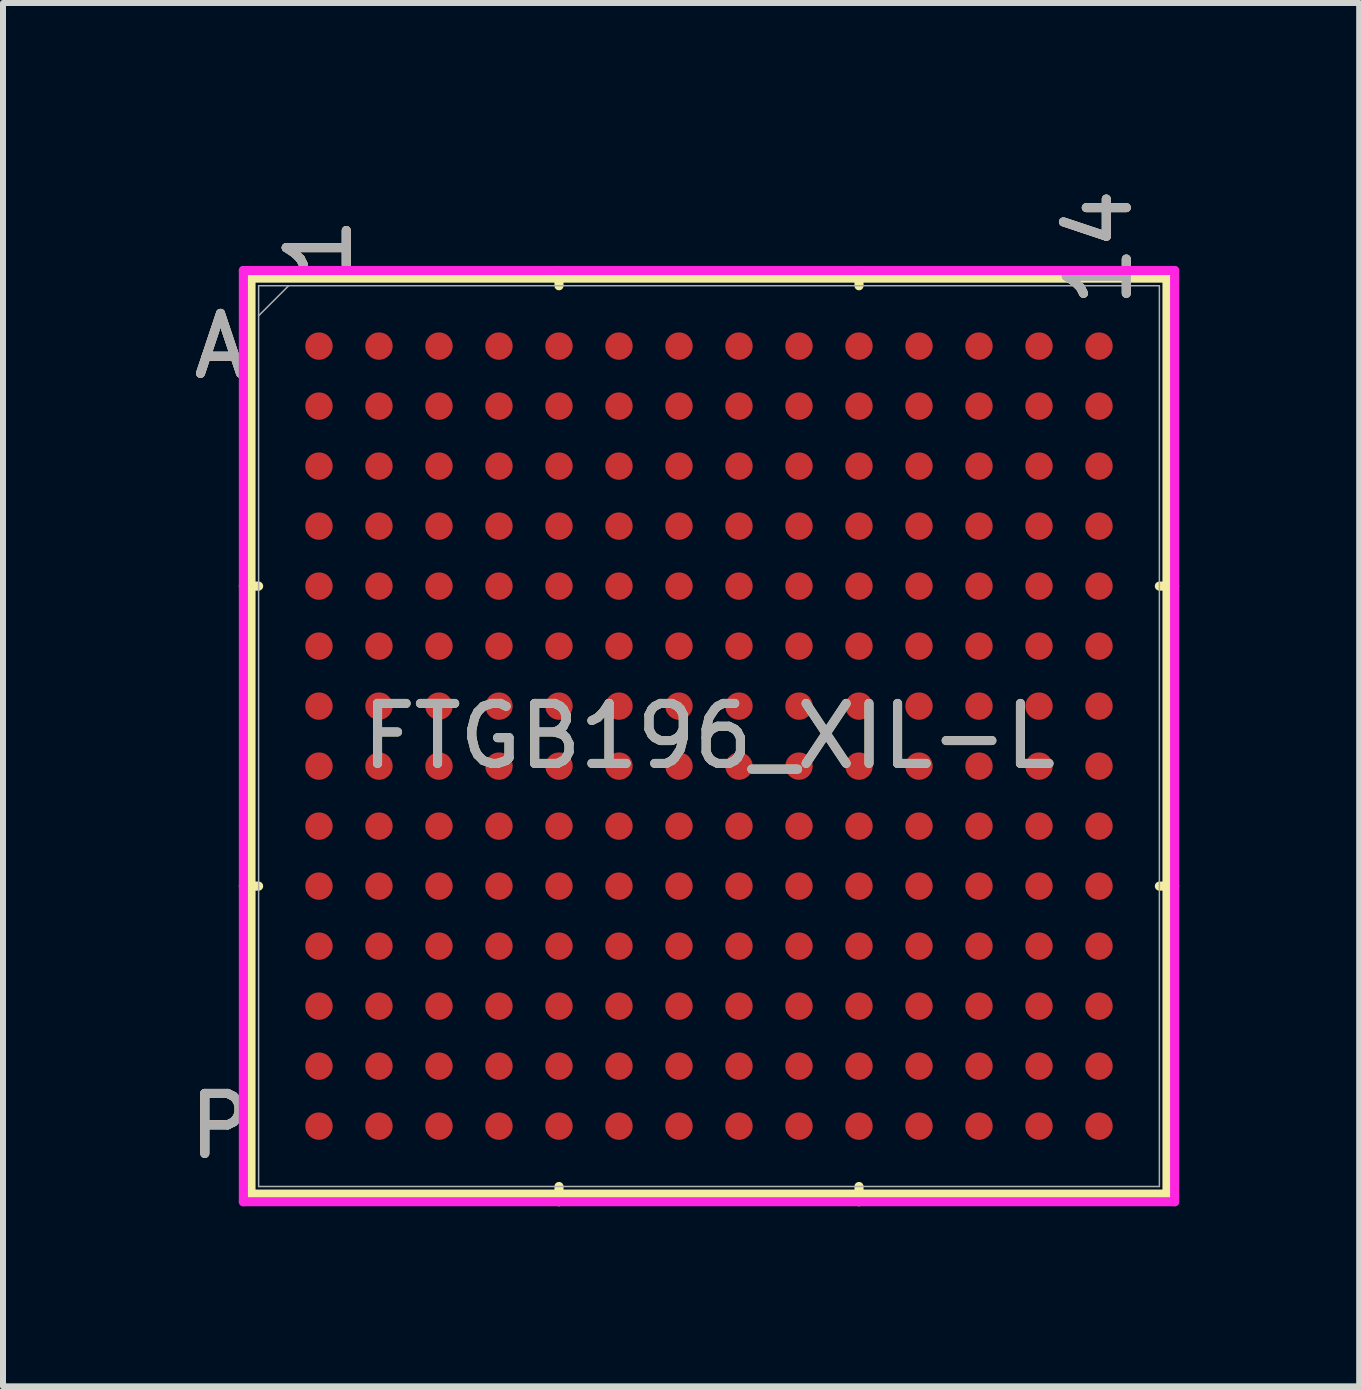
<source format=kicad_pcb>
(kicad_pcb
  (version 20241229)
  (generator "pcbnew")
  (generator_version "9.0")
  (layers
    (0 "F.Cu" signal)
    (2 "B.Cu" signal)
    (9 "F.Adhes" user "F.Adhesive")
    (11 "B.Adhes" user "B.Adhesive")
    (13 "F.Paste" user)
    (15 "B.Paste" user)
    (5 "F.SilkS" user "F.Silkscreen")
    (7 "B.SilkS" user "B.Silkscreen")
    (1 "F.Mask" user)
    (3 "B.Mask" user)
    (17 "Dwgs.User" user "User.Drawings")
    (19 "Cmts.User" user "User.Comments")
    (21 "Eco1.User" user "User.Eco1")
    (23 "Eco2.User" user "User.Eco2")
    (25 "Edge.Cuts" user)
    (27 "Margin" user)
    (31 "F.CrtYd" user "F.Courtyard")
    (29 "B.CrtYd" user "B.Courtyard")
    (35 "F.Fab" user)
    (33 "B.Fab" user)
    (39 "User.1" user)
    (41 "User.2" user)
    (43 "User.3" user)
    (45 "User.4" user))
  (footprint "FTGB196_XIL-L"
    (layer "F.Cu")
    (at 8.766 9.218)
    (property "Reference" "FTGB196_XIL-L" (at 0 0 0) (unlocked yes) (layer "F.SilkS") (effects (font (size 1 1) (thickness 0.15))))
    (attr smd)
    (fp_line (start -7.633 -7.633) (end -7.633 7.633) (stroke (width 0.152) (type solid)) (layer "F.SilkS"))
    (fp_line (start -7.633 7.633) (end 7.633 7.633) (stroke (width 0.152) (type solid)) (layer "F.SilkS"))
    (fp_line (start -7.506 -2.5) (end -7.76 -2.5) (stroke (width 0.152) (type solid)) (layer "F.SilkS"))
    (fp_line (start -7.506 2.5) (end -7.76 2.5) (stroke (width 0.152) (type solid)) (layer "F.SilkS"))
    (fp_line (start -2.5 -7.506) (end -2.5 -7.76) (stroke (width 0.152) (type solid)) (layer "F.SilkS"))
    (fp_line (start -2.5 7.506) (end -2.5 7.76) (stroke (width 0.152) (type solid)) (layer "F.SilkS"))
    (fp_line (start 2.5 -7.506) (end 2.5 -7.76) (stroke (width 0.152) (type solid)) (layer "F.SilkS"))
    (fp_line (start 2.5 7.506) (end 2.5 7.76) (stroke (width 0.152) (type solid)) (layer "F.SilkS"))
    (fp_line (start 7.506 -2.5) (end 7.76 -2.5) (stroke (width 0.152) (type solid)) (layer "F.SilkS"))
    (fp_line (start 7.506 2.5) (end 7.76 2.5) (stroke (width 0.152) (type solid)) (layer "F.SilkS"))
    (fp_line (start 7.633 -7.633) (end -7.633 -7.633) (stroke (width 0.152) (type solid)) (layer "F.SilkS"))
    (fp_line (start 7.633 7.633) (end 7.633 -7.633) (stroke (width 0.152) (type solid)) (layer "F.SilkS"))
    (fp_poly (pts (xy -7.508 -7.508) (xy 7.508 -7.508) (xy 7.508 7.508) (xy -7.508 7.508)) (stroke (width 0.1) (type solid)) (fill no) (layer "Eco2.User"))
    (fp_line (start -7.76 -7.76) (end 7.76 -7.76) (stroke (width 0.152) (type solid)) (layer "F.CrtYd"))
    (fp_line (start -7.76 7.76) (end -7.76 -7.76) (stroke (width 0.152) (type solid)) (layer "F.CrtYd"))
    (fp_line (start 7.76 -7.76) (end 7.76 7.76) (stroke (width 0.152) (type solid)) (layer "F.CrtYd"))
    (fp_line (start 7.76 7.76) (end -7.76 7.76) (stroke (width 0.152) (type solid)) (layer "F.CrtYd"))
    (fp_line (start -7.506 -7.506) (end -7.506 7.506) (stroke (width 0.025) (type solid)) (layer "F.Fab"))
    (fp_line (start -7.506 7.506) (end 7.506 7.506) (stroke (width 0.025) (type solid)) (layer "F.Fab"))
    (fp_line (start -7.006 -7.506) (end -7.506 -7.006) (stroke (width 0.025) (type solid)) (layer "F.Fab"))
    (fp_line (start 7.506 -7.506) (end -7.506 -7.506) (stroke (width 0.025) (type solid)) (layer "F.Fab"))
    (fp_line (start 7.506 7.506) (end 7.506 -7.506) (stroke (width 0.025) (type solid)) (layer "F.Fab"))
    (fp_text user "P" (at -8.141 6.5 0) (unlocked yes) (layer "F.SilkS") (effects (font (size 1 1) (thickness 0.15))))
    (fp_text user "1" (at -6.5 -8.141 90) (unlocked yes) (layer "F.SilkS") (effects (font (size 1 1) (thickness 0.15))))
    (fp_text user "14" (at 6.5 -8.141 90) (unlocked yes) (layer "F.SilkS") (effects (font (size 1 1) (thickness 0.15))))
    (fp_text user "A" (at -8.141 -6.5 0) (unlocked yes) (layer "F.SilkS") (effects (font (size 1 1) (thickness 0.15))))
    (fp_text user "14" (at 6.5 -8.141 90) (unlocked yes) (layer "B.SilkS") (effects (font (size 1 1) (thickness 0.15))))
    (fp_text user "1" (at -6.5 -8.141 90) (unlocked yes) (layer "B.SilkS") (effects (font (size 1 1) (thickness 0.15))))
    (fp_text user "P" (at -8.141 6.5 0) (unlocked yes) (layer "B.SilkS") (effects (font (size 1 1) (thickness 0.15))))
    (fp_text user "A" (at -8.141 -6.5 0) (unlocked yes) (layer "B.SilkS") (effects (font (size 1 1) (thickness 0.15))))
    (fp_text user "1" (at -6.5 -8.141 90) (unlocked yes) (layer "F.Fab") (effects (font (size 1 1) (thickness 0.15))))
    (fp_text user "A" (at -8.141 -6.5 0) (unlocked yes) (layer "F.Fab") (effects (font (size 1 1) (thickness 0.15))))
    (fp_text user "${REFERENCE}" (at 0 0 0) (unlocked yes) (layer "F.Fab") (effects (font (size 1 1) (thickness 0.15))))
    (fp_text user "14" (at 6.5 -8.141 90) (unlocked yes) (layer "F.Fab") (effects (font (size 1 1) (thickness 0.15))))
    (fp_text user "P" (at -8.141 6.5 0) (unlocked yes) (layer "F.Fab") (effects (font (size 1 1) (thickness 0.15))))
    (pad "A1" smd circle (at -6.5 -6.5) (size 0.457 0.457) (layers "F.Cu" "F.Mask" "F.Paste"))
    (pad "A2" smd circle (at -5.5 -6.5) (size 0.457 0.457) (layers "F.Cu" "F.Mask" "F.Paste"))
    (pad "A3" smd circle (at -4.5 -6.5) (size 0.457 0.457) (layers "F.Cu" "F.Mask" "F.Paste"))
    (pad "A4" smd circle (at -3.5 -6.5) (size 0.457 0.457) (layers "F.Cu" "F.Mask" "F.Paste"))
    (pad "A5" smd circle (at -2.5 -6.5) (size 0.457 0.457) (layers "F.Cu" "F.Mask" "F.Paste"))
    (pad "A6" smd circle (at -1.5 -6.5) (size 0.457 0.457) (layers "F.Cu" "F.Mask" "F.Paste"))
    (pad "A7" smd circle (at -0.5 -6.5) (size 0.457 0.457) (layers "F.Cu" "F.Mask" "F.Paste"))
    (pad "A8" smd circle (at 0.5 -6.5) (size 0.457 0.457) (layers "F.Cu" "F.Mask" "F.Paste"))
    (pad "A9" smd circle (at 1.5 -6.5) (size 0.457 0.457) (layers "F.Cu" "F.Mask" "F.Paste"))
    (pad "A10" smd circle (at 2.5 -6.5) (size 0.457 0.457) (layers "F.Cu" "F.Mask" "F.Paste"))
    (pad "A11" smd circle (at 3.5 -6.5) (size 0.457 0.457) (layers "F.Cu" "F.Mask" "F.Paste"))
    (pad "A12" smd circle (at 4.5 -6.5) (size 0.457 0.457) (layers "F.Cu" "F.Mask" "F.Paste"))
    (pad "A13" smd circle (at 5.5 -6.5) (size 0.457 0.457) (layers "F.Cu" "F.Mask" "F.Paste"))
    (pad "A14" smd circle (at 6.5 -6.5) (size 0.457 0.457) (layers "F.Cu" "F.Mask" "F.Paste"))
    (pad "B1" smd circle (at -6.5 -5.5) (size 0.457 0.457) (layers "F.Cu" "F.Mask" "F.Paste"))
    (pad "B2" smd circle (at -5.5 -5.5) (size 0.457 0.457) (layers "F.Cu" "F.Mask" "F.Paste"))
    (pad "B3" smd circle (at -4.5 -5.5) (size 0.457 0.457) (layers "F.Cu" "F.Mask" "F.Paste"))
    (pad "B4" smd circle (at -3.5 -5.5) (size 0.457 0.457) (layers "F.Cu" "F.Mask" "F.Paste"))
    (pad "B5" smd circle (at -2.5 -5.5) (size 0.457 0.457) (layers "F.Cu" "F.Mask" "F.Paste"))
    (pad "B6" smd circle (at -1.5 -5.5) (size 0.457 0.457) (layers "F.Cu" "F.Mask" "F.Paste"))
    (pad "B7" smd circle (at -0.5 -5.5) (size 0.457 0.457) (layers "F.Cu" "F.Mask" "F.Paste"))
    (pad "B8" smd circle (at 0.5 -5.5) (size 0.457 0.457) (layers "F.Cu" "F.Mask" "F.Paste"))
    (pad "B9" smd circle (at 1.5 -5.5) (size 0.457 0.457) (layers "F.Cu" "F.Mask" "F.Paste"))
    (pad "B10" smd circle (at 2.5 -5.5) (size 0.457 0.457) (layers "F.Cu" "F.Mask" "F.Paste"))
    (pad "B11" smd circle (at 3.5 -5.5) (size 0.457 0.457) (layers "F.Cu" "F.Mask" "F.Paste"))
    (pad "B12" smd circle (at 4.5 -5.5) (size 0.457 0.457) (layers "F.Cu" "F.Mask" "F.Paste"))
    (pad "B13" smd circle (at 5.5 -5.5) (size 0.457 0.457) (layers "F.Cu" "F.Mask" "F.Paste"))
    (pad "B14" smd circle (at 6.5 -5.5) (size 0.457 0.457) (layers "F.Cu" "F.Mask" "F.Paste"))
    (pad "C1" smd circle (at -6.5 -4.5) (size 0.457 0.457) (layers "F.Cu" "F.Mask" "F.Paste"))
    (pad "C2" smd circle (at -5.5 -4.5) (size 0.457 0.457) (layers "F.Cu" "F.Mask" "F.Paste"))
    (pad "C3" smd circle (at -4.5 -4.5) (size 0.457 0.457) (layers "F.Cu" "F.Mask" "F.Paste"))
    (pad "C4" smd circle (at -3.5 -4.5) (size 0.457 0.457) (layers "F.Cu" "F.Mask" "F.Paste"))
    (pad "C5" smd circle (at -2.5 -4.5) (size 0.457 0.457) (layers "F.Cu" "F.Mask" "F.Paste"))
    (pad "C6" smd circle (at -1.5 -4.5) (size 0.457 0.457) (layers "F.Cu" "F.Mask" "F.Paste"))
    (pad "C7" smd circle (at -0.5 -4.5) (size 0.457 0.457) (layers "F.Cu" "F.Mask" "F.Paste"))
    (pad "C8" smd circle (at 0.5 -4.5) (size 0.457 0.457) (layers "F.Cu" "F.Mask" "F.Paste"))
    (pad "C9" smd circle (at 1.5 -4.5) (size 0.457 0.457) (layers "F.Cu" "F.Mask" "F.Paste"))
    (pad "C10" smd circle (at 2.5 -4.5) (size 0.457 0.457) (layers "F.Cu" "F.Mask" "F.Paste"))
    (pad "C11" smd circle (at 3.5 -4.5) (size 0.457 0.457) (layers "F.Cu" "F.Mask" "F.Paste"))
    (pad "C12" smd circle (at 4.5 -4.5) (size 0.457 0.457) (layers "F.Cu" "F.Mask" "F.Paste"))
    (pad "C13" smd circle (at 5.5 -4.5) (size 0.457 0.457) (layers "F.Cu" "F.Mask" "F.Paste"))
    (pad "C14" smd circle (at 6.5 -4.5) (size 0.457 0.457) (layers "F.Cu" "F.Mask" "F.Paste"))
    (pad "D1" smd circle (at -6.5 -3.5) (size 0.457 0.457) (layers "F.Cu" "F.Mask" "F.Paste"))
    (pad "D2" smd circle (at -5.5 -3.5) (size 0.457 0.457) (layers "F.Cu" "F.Mask" "F.Paste"))
    (pad "D3" smd circle (at -4.5 -3.5) (size 0.457 0.457) (layers "F.Cu" "F.Mask" "F.Paste"))
    (pad "D4" smd circle (at -3.5 -3.5) (size 0.457 0.457) (layers "F.Cu" "F.Mask" "F.Paste"))
    (pad "D5" smd circle (at -2.5 -3.5) (size 0.457 0.457) (layers "F.Cu" "F.Mask" "F.Paste"))
    (pad "D6" smd circle (at -1.5 -3.5) (size 0.457 0.457) (layers "F.Cu" "F.Mask" "F.Paste"))
    (pad "D7" smd circle (at -0.5 -3.5) (size 0.457 0.457) (layers "F.Cu" "F.Mask" "F.Paste"))
    (pad "D8" smd circle (at 0.5 -3.5) (size 0.457 0.457) (layers "F.Cu" "F.Mask" "F.Paste"))
    (pad "D9" smd circle (at 1.5 -3.5) (size 0.457 0.457) (layers "F.Cu" "F.Mask" "F.Paste"))
    (pad "D10" smd circle (at 2.5 -3.5) (size 0.457 0.457) (layers "F.Cu" "F.Mask" "F.Paste"))
    (pad "D11" smd circle (at 3.5 -3.5) (size 0.457 0.457) (layers "F.Cu" "F.Mask" "F.Paste"))
    (pad "D12" smd circle (at 4.5 -3.5) (size 0.457 0.457) (layers "F.Cu" "F.Mask" "F.Paste"))
    (pad "D13" smd circle (at 5.5 -3.5) (size 0.457 0.457) (layers "F.Cu" "F.Mask" "F.Paste"))
    (pad "D14" smd circle (at 6.5 -3.5) (size 0.457 0.457) (layers "F.Cu" "F.Mask" "F.Paste"))
    (pad "E1" smd circle (at -6.5 -2.5) (size 0.457 0.457) (layers "F.Cu" "F.Mask" "F.Paste"))
    (pad "E2" smd circle (at -5.5 -2.5) (size 0.457 0.457) (layers "F.Cu" "F.Mask" "F.Paste"))
    (pad "E3" smd circle (at -4.5 -2.5) (size 0.457 0.457) (layers "F.Cu" "F.Mask" "F.Paste"))
    (pad "E4" smd circle (at -3.5 -2.5) (size 0.457 0.457) (layers "F.Cu" "F.Mask" "F.Paste"))
    (pad "E5" smd circle (at -2.5 -2.5) (size 0.457 0.457) (layers "F.Cu" "F.Mask" "F.Paste"))
    (pad "E6" smd circle (at -1.5 -2.5) (size 0.457 0.457) (layers "F.Cu" "F.Mask" "F.Paste"))
    (pad "E7" smd circle (at -0.5 -2.5) (size 0.457 0.457) (layers "F.Cu" "F.Mask" "F.Paste"))
    (pad "E8" smd circle (at 0.5 -2.5) (size 0.457 0.457) (layers "F.Cu" "F.Mask" "F.Paste"))
    (pad "E9" smd circle (at 1.5 -2.5) (size 0.457 0.457) (layers "F.Cu" "F.Mask" "F.Paste"))
    (pad "E10" smd circle (at 2.5 -2.5) (size 0.457 0.457) (layers "F.Cu" "F.Mask" "F.Paste"))
    (pad "E11" smd circle (at 3.5 -2.5) (size 0.457 0.457) (layers "F.Cu" "F.Mask" "F.Paste"))
    (pad "E12" smd circle (at 4.5 -2.5) (size 0.457 0.457) (layers "F.Cu" "F.Mask" "F.Paste"))
    (pad "E13" smd circle (at 5.5 -2.5) (size 0.457 0.457) (layers "F.Cu" "F.Mask" "F.Paste"))
    (pad "E14" smd circle (at 6.5 -2.5) (size 0.457 0.457) (layers "F.Cu" "F.Mask" "F.Paste"))
    (pad "F1" smd circle (at -6.5 -1.5) (size 0.457 0.457) (layers "F.Cu" "F.Mask" "F.Paste"))
    (pad "F2" smd circle (at -5.5 -1.5) (size 0.457 0.457) (layers "F.Cu" "F.Mask" "F.Paste"))
    (pad "F3" smd circle (at -4.5 -1.5) (size 0.457 0.457) (layers "F.Cu" "F.Mask" "F.Paste"))
    (pad "F4" smd circle (at -3.5 -1.5) (size 0.457 0.457) (layers "F.Cu" "F.Mask" "F.Paste"))
    (pad "F5" smd circle (at -2.5 -1.5) (size 0.457 0.457) (layers "F.Cu" "F.Mask" "F.Paste"))
    (pad "F6" smd circle (at -1.5 -1.5) (size 0.457 0.457) (layers "F.Cu" "F.Mask" "F.Paste"))
    (pad "F7" smd circle (at -0.5 -1.5) (size 0.457 0.457) (layers "F.Cu" "F.Mask" "F.Paste"))
    (pad "F8" smd circle (at 0.5 -1.5) (size 0.457 0.457) (layers "F.Cu" "F.Mask" "F.Paste"))
    (pad "F9" smd circle (at 1.5 -1.5) (size 0.457 0.457) (layers "F.Cu" "F.Mask" "F.Paste"))
    (pad "F10" smd circle (at 2.5 -1.5) (size 0.457 0.457) (layers "F.Cu" "F.Mask" "F.Paste"))
    (pad "F11" smd circle (at 3.5 -1.5) (size 0.457 0.457) (layers "F.Cu" "F.Mask" "F.Paste"))
    (pad "F12" smd circle (at 4.5 -1.5) (size 0.457 0.457) (layers "F.Cu" "F.Mask" "F.Paste"))
    (pad "F13" smd circle (at 5.5 -1.5) (size 0.457 0.457) (layers "F.Cu" "F.Mask" "F.Paste"))
    (pad "F14" smd circle (at 6.5 -1.5) (size 0.457 0.457) (layers "F.Cu" "F.Mask" "F.Paste"))
    (pad "G1" smd circle (at -6.5 -0.5) (size 0.457 0.457) (layers "F.Cu" "F.Mask" "F.Paste"))
    (pad "G2" smd circle (at -5.5 -0.5) (size 0.457 0.457) (layers "F.Cu" "F.Mask" "F.Paste"))
    (pad "G3" smd circle (at -4.5 -0.5) (size 0.457 0.457) (layers "F.Cu" "F.Mask" "F.Paste"))
    (pad "G4" smd circle (at -3.5 -0.5) (size 0.457 0.457) (layers "F.Cu" "F.Mask" "F.Paste"))
    (pad "G5" smd circle (at -2.5 -0.5) (size 0.457 0.457) (layers "F.Cu" "F.Mask" "F.Paste"))
    (pad "G6" smd circle (at -1.5 -0.5) (size 0.457 0.457) (layers "F.Cu" "F.Mask" "F.Paste"))
    (pad "G7" smd circle (at -0.5 -0.5) (size 0.457 0.457) (layers "F.Cu" "F.Mask" "F.Paste"))
    (pad "G8" smd circle (at 0.5 -0.5) (size 0.457 0.457) (layers "F.Cu" "F.Mask" "F.Paste"))
    (pad "G9" smd circle (at 1.5 -0.5) (size 0.457 0.457) (layers "F.Cu" "F.Mask" "F.Paste"))
    (pad "G10" smd circle (at 2.5 -0.5) (size 0.457 0.457) (layers "F.Cu" "F.Mask" "F.Paste"))
    (pad "G11" smd circle (at 3.5 -0.5) (size 0.457 0.457) (layers "F.Cu" "F.Mask" "F.Paste"))
    (pad "G12" smd circle (at 4.5 -0.5) (size 0.457 0.457) (layers "F.Cu" "F.Mask" "F.Paste"))
    (pad "G13" smd circle (at 5.5 -0.5) (size 0.457 0.457) (layers "F.Cu" "F.Mask" "F.Paste"))
    (pad "G14" smd circle (at 6.5 -0.5) (size 0.457 0.457) (layers "F.Cu" "F.Mask" "F.Paste"))
    (pad "H1" smd circle (at -6.5 0.5) (size 0.457 0.457) (layers "F.Cu" "F.Mask" "F.Paste"))
    (pad "H2" smd circle (at -5.5 0.5) (size 0.457 0.457) (layers "F.Cu" "F.Mask" "F.Paste"))
    (pad "H3" smd circle (at -4.5 0.5) (size 0.457 0.457) (layers "F.Cu" "F.Mask" "F.Paste"))
    (pad "H4" smd circle (at -3.5 0.5) (size 0.457 0.457) (layers "F.Cu" "F.Mask" "F.Paste"))
    (pad "H5" smd circle (at -2.5 0.5) (size 0.457 0.457) (layers "F.Cu" "F.Mask" "F.Paste"))
    (pad "H6" smd circle (at -1.5 0.5) (size 0.457 0.457) (layers "F.Cu" "F.Mask" "F.Paste"))
    (pad "H7" smd circle (at -0.5 0.5) (size 0.457 0.457) (layers "F.Cu" "F.Mask" "F.Paste"))
    (pad "H8" smd circle (at 0.5 0.5) (size 0.457 0.457) (layers "F.Cu" "F.Mask" "F.Paste"))
    (pad "H9" smd circle (at 1.5 0.5) (size 0.457 0.457) (layers "F.Cu" "F.Mask" "F.Paste"))
    (pad "H10" smd circle (at 2.5 0.5) (size 0.457 0.457) (layers "F.Cu" "F.Mask" "F.Paste"))
    (pad "H11" smd circle (at 3.5 0.5) (size 0.457 0.457) (layers "F.Cu" "F.Mask" "F.Paste"))
    (pad "H12" smd circle (at 4.5 0.5) (size 0.457 0.457) (layers "F.Cu" "F.Mask" "F.Paste"))
    (pad "H13" smd circle (at 5.5 0.5) (size 0.457 0.457) (layers "F.Cu" "F.Mask" "F.Paste"))
    (pad "H14" smd circle (at 6.5 0.5) (size 0.457 0.457) (layers "F.Cu" "F.Mask" "F.Paste"))
    (pad "J1" smd circle (at -6.5 1.5) (size 0.457 0.457) (layers "F.Cu" "F.Mask" "F.Paste"))
    (pad "J2" smd circle (at -5.5 1.5) (size 0.457 0.457) (layers "F.Cu" "F.Mask" "F.Paste"))
    (pad "J3" smd circle (at -4.5 1.5) (size 0.457 0.457) (layers "F.Cu" "F.Mask" "F.Paste"))
    (pad "J4" smd circle (at -3.5 1.5) (size 0.457 0.457) (layers "F.Cu" "F.Mask" "F.Paste"))
    (pad "J5" smd circle (at -2.5 1.5) (size 0.457 0.457) (layers "F.Cu" "F.Mask" "F.Paste"))
    (pad "J6" smd circle (at -1.5 1.5) (size 0.457 0.457) (layers "F.Cu" "F.Mask" "F.Paste"))
    (pad "J7" smd circle (at -0.5 1.5) (size 0.457 0.457) (layers "F.Cu" "F.Mask" "F.Paste"))
    (pad "J8" smd circle (at 0.5 1.5) (size 0.457 0.457) (layers "F.Cu" "F.Mask" "F.Paste"))
    (pad "J9" smd circle (at 1.5 1.5) (size 0.457 0.457) (layers "F.Cu" "F.Mask" "F.Paste"))
    (pad "J10" smd circle (at 2.5 1.5) (size 0.457 0.457) (layers "F.Cu" "F.Mask" "F.Paste"))
    (pad "J11" smd circle (at 3.5 1.5) (size 0.457 0.457) (layers "F.Cu" "F.Mask" "F.Paste"))
    (pad "J12" smd circle (at 4.5 1.5) (size 0.457 0.457) (layers "F.Cu" "F.Mask" "F.Paste"))
    (pad "J13" smd circle (at 5.5 1.5) (size 0.457 0.457) (layers "F.Cu" "F.Mask" "F.Paste"))
    (pad "J14" smd circle (at 6.5 1.5) (size 0.457 0.457) (layers "F.Cu" "F.Mask" "F.Paste"))
    (pad "K1" smd circle (at -6.5 2.5) (size 0.457 0.457) (layers "F.Cu" "F.Mask" "F.Paste"))
    (pad "K2" smd circle (at -5.5 2.5) (size 0.457 0.457) (layers "F.Cu" "F.Mask" "F.Paste"))
    (pad "K3" smd circle (at -4.5 2.5) (size 0.457 0.457) (layers "F.Cu" "F.Mask" "F.Paste"))
    (pad "K4" smd circle (at -3.5 2.5) (size 0.457 0.457) (layers "F.Cu" "F.Mask" "F.Paste"))
    (pad "K5" smd circle (at -2.5 2.5) (size 0.457 0.457) (layers "F.Cu" "F.Mask" "F.Paste"))
    (pad "K6" smd circle (at -1.5 2.5) (size 0.457 0.457) (layers "F.Cu" "F.Mask" "F.Paste"))
    (pad "K7" smd circle (at -0.5 2.5) (size 0.457 0.457) (layers "F.Cu" "F.Mask" "F.Paste"))
    (pad "K8" smd circle (at 0.5 2.5) (size 0.457 0.457) (layers "F.Cu" "F.Mask" "F.Paste"))
    (pad "K9" smd circle (at 1.5 2.5) (size 0.457 0.457) (layers "F.Cu" "F.Mask" "F.Paste"))
    (pad "K10" smd circle (at 2.5 2.5) (size 0.457 0.457) (layers "F.Cu" "F.Mask" "F.Paste"))
    (pad "K11" smd circle (at 3.5 2.5) (size 0.457 0.457) (layers "F.Cu" "F.Mask" "F.Paste"))
    (pad "K12" smd circle (at 4.5 2.5) (size 0.457 0.457) (layers "F.Cu" "F.Mask" "F.Paste"))
    (pad "K13" smd circle (at 5.5 2.5) (size 0.457 0.457) (layers "F.Cu" "F.Mask" "F.Paste"))
    (pad "K14" smd circle (at 6.5 2.5) (size 0.457 0.457) (layers "F.Cu" "F.Mask" "F.Paste"))
    (pad "L1" smd circle (at -6.5 3.5) (size 0.457 0.457) (layers "F.Cu" "F.Mask" "F.Paste"))
    (pad "L2" smd circle (at -5.5 3.5) (size 0.457 0.457) (layers "F.Cu" "F.Mask" "F.Paste"))
    (pad "L3" smd circle (at -4.5 3.5) (size 0.457 0.457) (layers "F.Cu" "F.Mask" "F.Paste"))
    (pad "L4" smd circle (at -3.5 3.5) (size 0.457 0.457) (layers "F.Cu" "F.Mask" "F.Paste"))
    (pad "L5" smd circle (at -2.5 3.5) (size 0.457 0.457) (layers "F.Cu" "F.Mask" "F.Paste"))
    (pad "L6" smd circle (at -1.5 3.5) (size 0.457 0.457) (layers "F.Cu" "F.Mask" "F.Paste"))
    (pad "L7" smd circle (at -0.5 3.5) (size 0.457 0.457) (layers "F.Cu" "F.Mask" "F.Paste"))
    (pad "L8" smd circle (at 0.5 3.5) (size 0.457 0.457) (layers "F.Cu" "F.Mask" "F.Paste"))
    (pad "L9" smd circle (at 1.5 3.5) (size 0.457 0.457) (layers "F.Cu" "F.Mask" "F.Paste"))
    (pad "L10" smd circle (at 2.5 3.5) (size 0.457 0.457) (layers "F.Cu" "F.Mask" "F.Paste"))
    (pad "L11" smd circle (at 3.5 3.5) (size 0.457 0.457) (layers "F.Cu" "F.Mask" "F.Paste"))
    (pad "L12" smd circle (at 4.5 3.5) (size 0.457 0.457) (layers "F.Cu" "F.Mask" "F.Paste"))
    (pad "L13" smd circle (at 5.5 3.5) (size 0.457 0.457) (layers "F.Cu" "F.Mask" "F.Paste"))
    (pad "L14" smd circle (at 6.5 3.5) (size 0.457 0.457) (layers "F.Cu" "F.Mask" "F.Paste"))
    (pad "M1" smd circle (at -6.5 4.5) (size 0.457 0.457) (layers "F.Cu" "F.Mask" "F.Paste"))
    (pad "M2" smd circle (at -5.5 4.5) (size 0.457 0.457) (layers "F.Cu" "F.Mask" "F.Paste"))
    (pad "M3" smd circle (at -4.5 4.5) (size 0.457 0.457) (layers "F.Cu" "F.Mask" "F.Paste"))
    (pad "M4" smd circle (at -3.5 4.5) (size 0.457 0.457) (layers "F.Cu" "F.Mask" "F.Paste"))
    (pad "M5" smd circle (at -2.5 4.5) (size 0.457 0.457) (layers "F.Cu" "F.Mask" "F.Paste"))
    (pad "M6" smd circle (at -1.5 4.5) (size 0.457 0.457) (layers "F.Cu" "F.Mask" "F.Paste"))
    (pad "M7" smd circle (at -0.5 4.5) (size 0.457 0.457) (layers "F.Cu" "F.Mask" "F.Paste"))
    (pad "M8" smd circle (at 0.5 4.5) (size 0.457 0.457) (layers "F.Cu" "F.Mask" "F.Paste"))
    (pad "M9" smd circle (at 1.5 4.5) (size 0.457 0.457) (layers "F.Cu" "F.Mask" "F.Paste"))
    (pad "M10" smd circle (at 2.5 4.5) (size 0.457 0.457) (layers "F.Cu" "F.Mask" "F.Paste"))
    (pad "M11" smd circle (at 3.5 4.5) (size 0.457 0.457) (layers "F.Cu" "F.Mask" "F.Paste"))
    (pad "M12" smd circle (at 4.5 4.5) (size 0.457 0.457) (layers "F.Cu" "F.Mask" "F.Paste"))
    (pad "M13" smd circle (at 5.5 4.5) (size 0.457 0.457) (layers "F.Cu" "F.Mask" "F.Paste"))
    (pad "M14" smd circle (at 6.5 4.5) (size 0.457 0.457) (layers "F.Cu" "F.Mask" "F.Paste"))
    (pad "N1" smd circle (at -6.5 5.5) (size 0.457 0.457) (layers "F.Cu" "F.Mask" "F.Paste"))
    (pad "N2" smd circle (at -5.5 5.5) (size 0.457 0.457) (layers "F.Cu" "F.Mask" "F.Paste"))
    (pad "N3" smd circle (at -4.5 5.5) (size 0.457 0.457) (layers "F.Cu" "F.Mask" "F.Paste"))
    (pad "N4" smd circle (at -3.5 5.5) (size 0.457 0.457) (layers "F.Cu" "F.Mask" "F.Paste"))
    (pad "N5" smd circle (at -2.5 5.5) (size 0.457 0.457) (layers "F.Cu" "F.Mask" "F.Paste"))
    (pad "N6" smd circle (at -1.5 5.5) (size 0.457 0.457) (layers "F.Cu" "F.Mask" "F.Paste"))
    (pad "N7" smd circle (at -0.5 5.5) (size 0.457 0.457) (layers "F.Cu" "F.Mask" "F.Paste"))
    (pad "N8" smd circle (at 0.5 5.5) (size 0.457 0.457) (layers "F.Cu" "F.Mask" "F.Paste"))
    (pad "N9" smd circle (at 1.5 5.5) (size 0.457 0.457) (layers "F.Cu" "F.Mask" "F.Paste"))
    (pad "N10" smd circle (at 2.5 5.5) (size 0.457 0.457) (layers "F.Cu" "F.Mask" "F.Paste"))
    (pad "N11" smd circle (at 3.5 5.5) (size 0.457 0.457) (layers "F.Cu" "F.Mask" "F.Paste"))
    (pad "N12" smd circle (at 4.5 5.5) (size 0.457 0.457) (layers "F.Cu" "F.Mask" "F.Paste"))
    (pad "N13" smd circle (at 5.5 5.5) (size 0.457 0.457) (layers "F.Cu" "F.Mask" "F.Paste"))
    (pad "N14" smd circle (at 6.5 5.5) (size 0.457 0.457) (layers "F.Cu" "F.Mask" "F.Paste"))
    (pad "P1" smd circle (at -6.5 6.5) (size 0.457 0.457) (layers "F.Cu" "F.Mask" "F.Paste"))
    (pad "P2" smd circle (at -5.5 6.5) (size 0.457 0.457) (layers "F.Cu" "F.Mask" "F.Paste"))
    (pad "P3" smd circle (at -4.5 6.5) (size 0.457 0.457) (layers "F.Cu" "F.Mask" "F.Paste"))
    (pad "P4" smd circle (at -3.5 6.5) (size 0.457 0.457) (layers "F.Cu" "F.Mask" "F.Paste"))
    (pad "P5" smd circle (at -2.5 6.5) (size 0.457 0.457) (layers "F.Cu" "F.Mask" "F.Paste"))
    (pad "P6" smd circle (at -1.5 6.5) (size 0.457 0.457) (layers "F.Cu" "F.Mask" "F.Paste"))
    (pad "P7" smd circle (at -0.5 6.5) (size 0.457 0.457) (layers "F.Cu" "F.Mask" "F.Paste"))
    (pad "P8" smd circle (at 0.5 6.5) (size 0.457 0.457) (layers "F.Cu" "F.Mask" "F.Paste"))
    (pad "P9" smd circle (at 1.5 6.5) (size 0.457 0.457) (layers "F.Cu" "F.Mask" "F.Paste"))
    (pad "P10" smd circle (at 2.5 6.5) (size 0.457 0.457) (layers "F.Cu" "F.Mask" "F.Paste"))
    (pad "P11" smd circle (at 3.5 6.5) (size 0.457 0.457) (layers "F.Cu" "F.Mask" "F.Paste"))
    (pad "P12" smd circle (at 4.5 6.5) (size 0.457 0.457) (layers "F.Cu" "F.Mask" "F.Paste"))
    (pad "P13" smd circle (at 5.5 6.5) (size 0.457 0.457) (layers "F.Cu" "F.Mask" "F.Paste"))
    (pad "P14" smd circle (at 6.5 6.5) (size 0.457 0.457) (layers "F.Cu" "F.Mask" "F.Paste")))
  (gr_rect
    (start -3 -3)
    (end 19.602 20.054)
    (stroke (width 0.1) (type default))
    (fill no)
    (layer "Edge.Cuts")))
</source>
